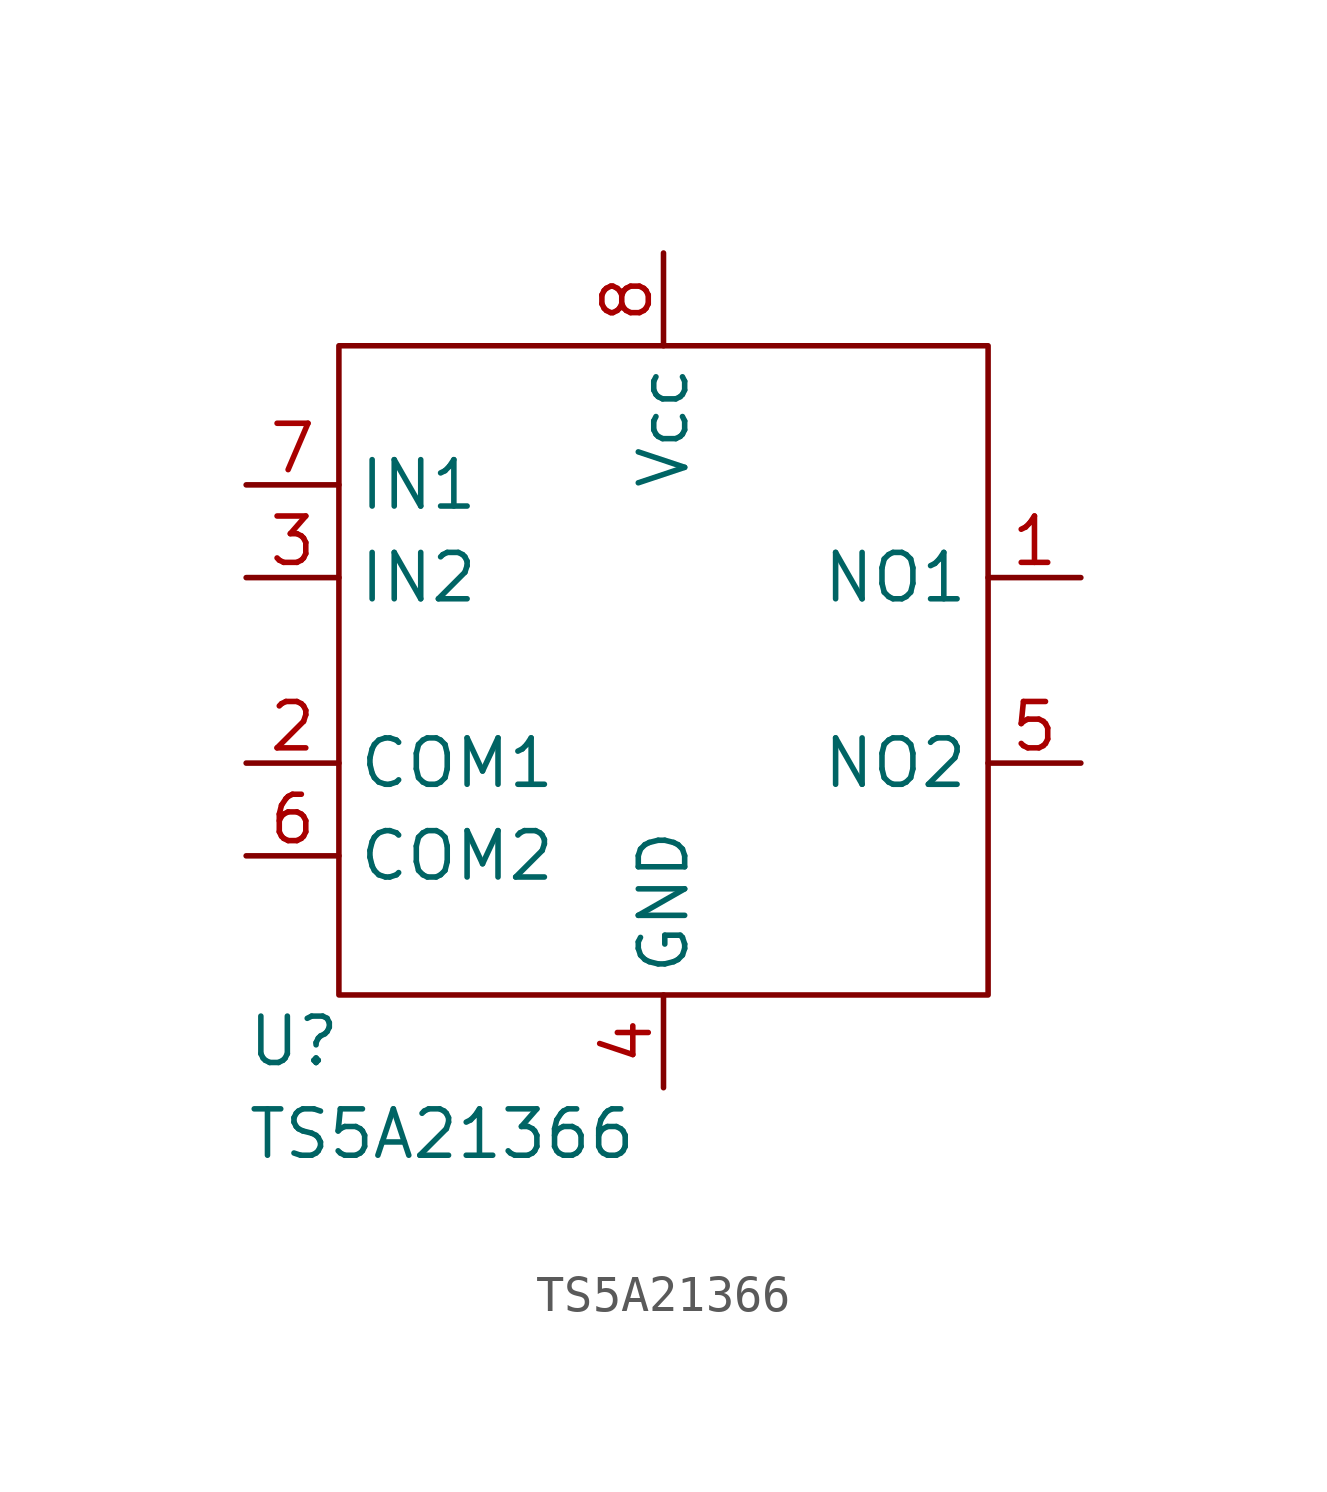
<source format=kicad_sym>
(kicad_symbol_lib
  (version 20211014)
  (generator kicad_symbol_editor)
  (symbol "TS5A21366"
    (property "Reference" "U"
      (at -11.43 -10.16 0)
      (effects (font (size 1.27 1.27)) (justify left)))
    (property "Value" "TS5A21366"
      (at -11.43 -12.7 0)
      (effects (font (size 1.27 1.27)) (justify left)))
    (symbol "TS5A21366_0_1"
      (rectangle (start -8.89 8.89) (end 8.89 -8.89) (stroke (width 0.152) (type default) (color 0 0 0 0)) (fill (type none))))
    (symbol "TS5A21366_1_1"
      (pin input line (at 11.43 2.54 180) (length 2.54) (name "NO1" (effects (font (size 1.27 1.27)))) (number "1" (effects (font (size 1.27 1.27)))))
      (pin input line (at -11.43 -2.54 0) (length 2.54) (name "COM1" (effects (font (size 1.27 1.27)))) (number "2" (effects (font (size 1.27 1.27)))))
      (pin input line (at -11.43 2.54 0) (length 2.54) (name "IN2" (effects (font (size 1.27 1.27)))) (number "3" (effects (font (size 1.27 1.27)))))
      (pin input line (at 0 -11.43 90) (length 2.54) (name "GND" (effects (font (size 1.27 1.27)))) (number "4" (effects (font (size 1.27 1.27)))))
      (pin input line (at 11.43 -2.54 180) (length 2.54) (name "NO2" (effects (font (size 1.27 1.27)))) (number "5" (effects (font (size 1.27 1.27)))))
      (pin input line (at -11.43 -5.08 0) (length 2.54) (name "COM2" (effects (font (size 1.27 1.27)))) (number "6" (effects (font (size 1.27 1.27)))))
      (pin input line (at -11.43 5.08 0) (length 2.54) (name "IN1" (effects (font (size 1.27 1.27)))) (number "7" (effects (font (size 1.27 1.27)))))
      (pin input line (at 0 11.43 270) (length 2.54) (name "Vcc" (effects (font (size 1.27 1.27)))) (number "8" (effects (font (size 1.27 1.27))))))))
</source>
